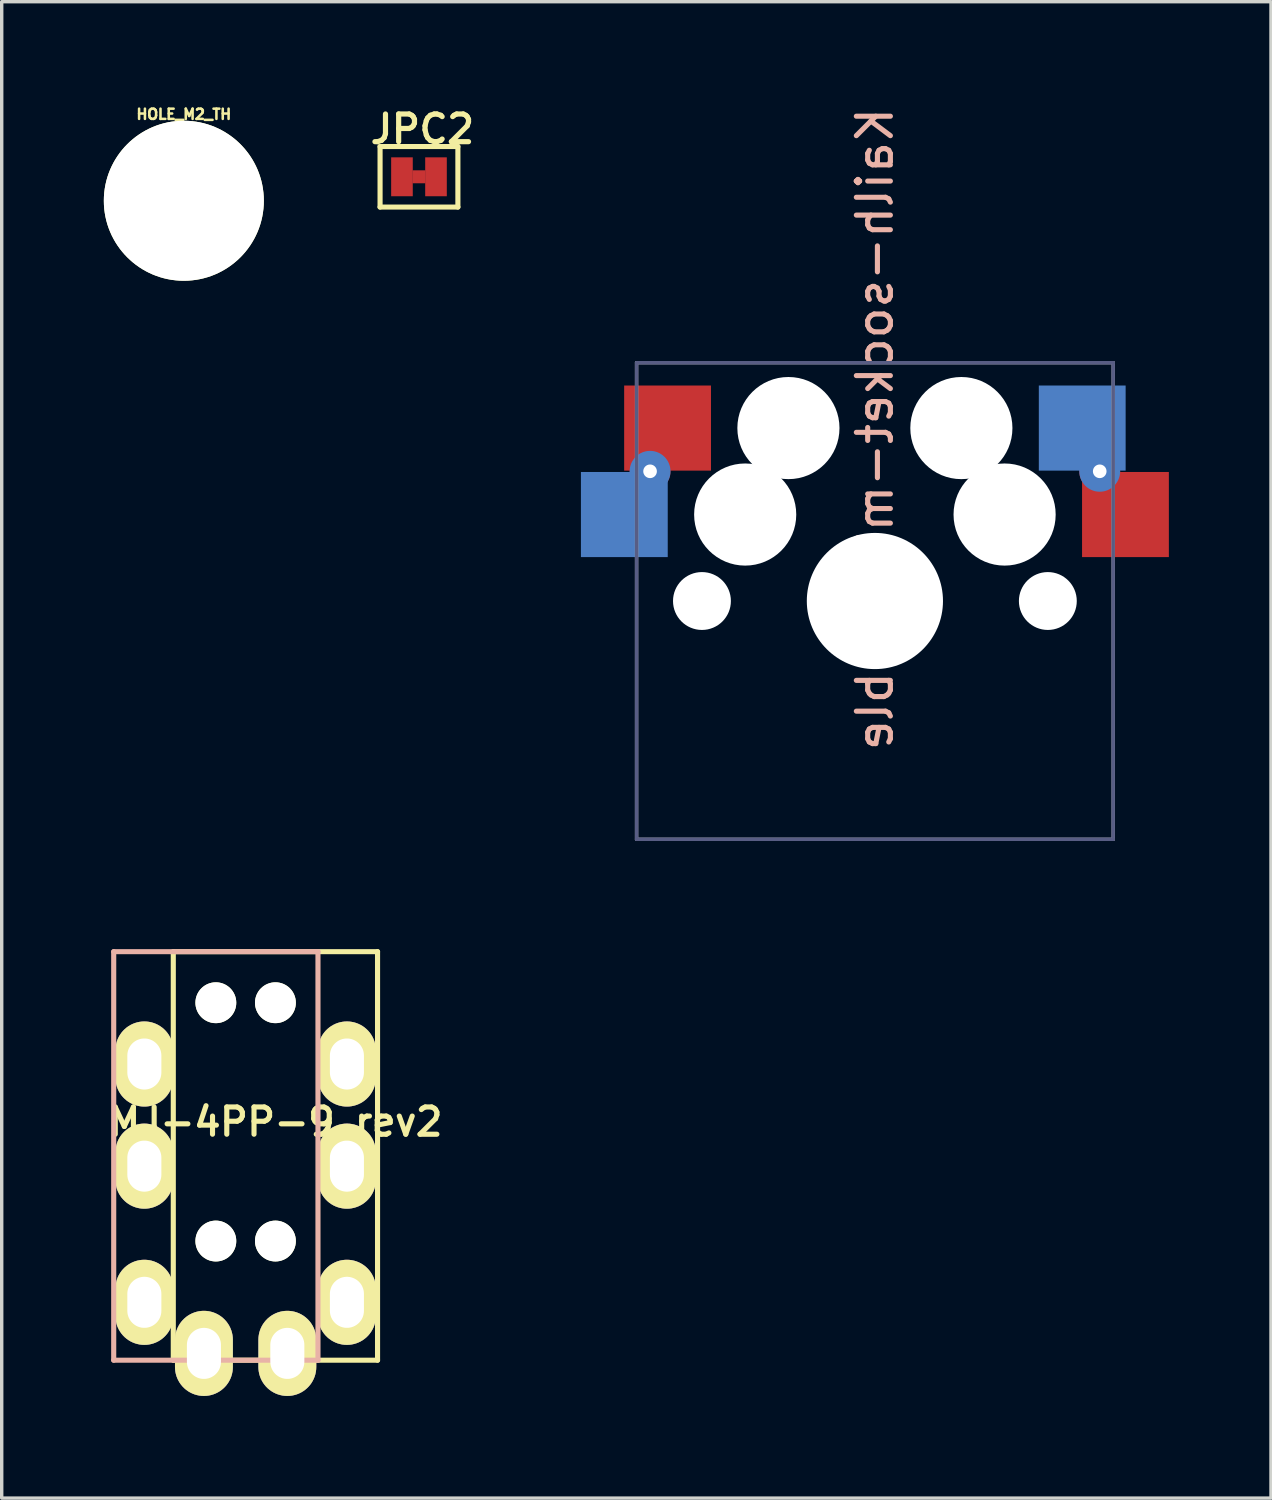
<source format=kicad_pcb>
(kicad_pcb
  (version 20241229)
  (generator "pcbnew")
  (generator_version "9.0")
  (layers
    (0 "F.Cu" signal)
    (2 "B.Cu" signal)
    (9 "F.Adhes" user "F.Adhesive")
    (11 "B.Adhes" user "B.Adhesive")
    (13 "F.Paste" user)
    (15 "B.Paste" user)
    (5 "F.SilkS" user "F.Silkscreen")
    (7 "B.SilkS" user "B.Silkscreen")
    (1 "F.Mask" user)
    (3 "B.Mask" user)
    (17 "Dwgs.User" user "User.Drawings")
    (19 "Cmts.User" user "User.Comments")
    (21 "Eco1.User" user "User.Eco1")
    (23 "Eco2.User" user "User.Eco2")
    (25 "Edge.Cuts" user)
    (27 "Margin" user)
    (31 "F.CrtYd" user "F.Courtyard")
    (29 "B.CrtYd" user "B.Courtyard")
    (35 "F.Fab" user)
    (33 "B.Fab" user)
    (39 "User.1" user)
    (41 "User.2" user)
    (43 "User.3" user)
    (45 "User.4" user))
  (footprint "JPC2"
    (layer "F.Cu")
    (at 9.257 2.143)
    (property "Reference" "JPC2" (at 0.1 -1.4 0) (layer "F.SilkS") (effects (font (size 0.813 0.813) (thickness 0.152))))
    (attr smd)
    (fp_line (start -1.143 -0.889) (end 1.143 -0.889) (stroke (width 0.15) (type solid)) (layer "F.SilkS"))
    (fp_line (start -1.143 0.889) (end -1.143 -0.889) (stroke (width 0.15) (type solid)) (layer "F.SilkS"))
    (fp_line (start 1.143 -0.889) (end 1.143 0.889) (stroke (width 0.15) (type solid)) (layer "F.SilkS"))
    (fp_line (start 1.143 0.889) (end -1.143 0.889) (stroke (width 0.15) (type solid)) (layer "F.SilkS"))
    (pad "" smd rect (at 0 0 90) (size 0.381 0.381) (layers "F.Cu" "F.Mask" "F.Paste"))
    (pad "1" smd rect (at -0.5 0) (size 0.635 1.143) (layers "F.Cu" "F.Mask" "F.Paste"))
    (pad "2" smd rect (at 0.5 0) (size 0.635 1.143) (layers "F.Cu" "F.Mask" "F.Paste")))
  (footprint "HOLE_M2_TH"
    (layer "F.Cu")
    (at 2.35 2.847)
    (property "Reference" "HOLE_M2_TH" (at 0 -2.54 0) (layer "F.SilkS") (effects (font (size 0.3 0.3) (thickness 0.076))))
    (attr through_hole)
    (pad "" np_thru_hole circle (at 0 0 90) (size 4.7 4.7) (drill 4.7) (layers "*.Cu" "*.Mask" "F.SilkS")))
  (footprint "MJ-4PP-9_rev2"
    (layer "F.Cu")
    (at 5.04 24.904)
    (property "Reference" "MJ-4PP-9_rev2" (at 0 5 0) (layer "F.SilkS") (effects (font (size 0.8 0.8) (thickness 0.15))))
    (attr through_hole)
    (fp_line (start -3 0) (end 3 0) (stroke (width 0.15) (type solid)) (layer "F.SilkS"))
    (fp_line (start -3 12) (end -3 0) (stroke (width 0.15) (type solid)) (layer "F.SilkS"))
    (fp_line (start 3 0) (end 3 12) (stroke (width 0.15) (type solid)) (layer "F.SilkS"))
    (fp_line (start 3 12) (end -3 12) (stroke (width 0.15) (type solid)) (layer "F.SilkS"))
    (fp_line (start -4.75 0) (end 1.25 0) (stroke (width 0.15) (type solid)) (layer "B.SilkS"))
    (fp_line (start -4.75 12) (end -4.75 0) (stroke (width 0.15) (type solid)) (layer "B.SilkS"))
    (fp_line (start 1.25 0) (end 1.25 12) (stroke (width 0.15) (type solid)) (layer "B.SilkS"))
    (fp_line (start 1.25 12) (end -4.75 12) (stroke (width 0.15) (type solid)) (layer "B.SilkS"))
    (pad "" np_thru_hole circle (at -1.75 1.5) (size 1.2 1.2) (drill 1.2) (layers "*.Cu" "*.Mask" "F.SilkS"))
    (pad "" np_thru_hole circle (at -1.75 8.5) (size 1.2 1.2) (drill 1.2) (layers "*.Cu" "*.Mask" "F.SilkS"))
    (pad "" np_thru_hole circle (at 0 1.5) (size 1.2 1.2) (drill 1.2) (layers "*.Cu" "*.Mask" "F.SilkS"))
    (pad "" np_thru_hole circle (at 0 8.5) (size 1.2 1.2) (drill 1.2) (layers "*.Cu" "*.Mask" "F.SilkS"))
    (pad "A" thru_hole oval (at -2.1 11.8) (size 1.7 2.5) (drill oval 1 1.5) (layers "*.Cu" "*.Mask" "F.SilkS"))
    (pad "A" thru_hole oval (at 0.35 11.8) (size 1.7 2.5) (drill oval 1 1.5) (layers "*.Cu" "*.Mask" "F.SilkS"))
    (pad "B" thru_hole oval (at -3.85 3.3) (size 1.7 2.5) (drill oval 1 1.5) (layers "*.Cu" "*.Mask" "F.SilkS"))
    (pad "B" thru_hole oval (at 2.1 3.3) (size 1.7 2.5) (drill oval 1 1.5) (layers "*.Cu" "*.Mask" "F.SilkS"))
    (pad "C" thru_hole oval (at -3.85 6.3) (size 1.7 2.5) (drill oval 1 1.5) (layers "*.Cu" "*.Mask" "F.SilkS"))
    (pad "C" thru_hole oval (at 2.1 6.3) (size 1.7 2.5) (drill oval 1 1.5) (layers "*.Cu" "*.Mask" "F.SilkS"))
    (pad "D" thru_hole oval (at -3.85 10.3) (size 1.7 2.5) (drill oval 1 1.5) (layers "*.Cu" "*.Mask" "F.SilkS"))
    (pad "D" thru_hole oval (at 2.1 10.3) (size 1.7 2.5) (drill oval 1 1.5) (layers "*.Cu" "*.Mask" "F.SilkS")))
  (footprint "Kailh-socket-mirrorable"
    (layer "F.Cu")
    (at 22.649 14.604)
    (property "Reference" "Kailh-socket-mirrorable" (at 0 -5.05 90) (layer "B.SilkS") (effects (font (size 1 1) (thickness 0.15)) (justify mirror)))
    (attr through_hole)
    (fp_line (start -7 -7) (end -7 7) (stroke (width 0.1) (type solid)) (layer "B.Fab"))
    (fp_line (start 7 -7) (end -7 -7) (stroke (width 0.1) (type solid)) (layer "B.Fab"))
    (fp_line (start 7 -7) (end 7 7) (stroke (width 0.1) (type solid)) (layer "B.Fab"))
    (fp_line (start 7 7) (end -7 7) (stroke (width 0.1) (type solid)) (layer "B.Fab"))
    (fp_line (start -7 -7) (end -7 7) (stroke (width 0.1) (type solid)) (layer "F.Fab"))
    (fp_line (start -7 7) (end 7 7) (stroke (width 0.1) (type solid)) (layer "F.Fab"))
    (fp_line (start 7 -7) (end -7 -7) (stroke (width 0.1) (type solid)) (layer "F.Fab"))
    (fp_line (start 7 7) (end 7 -7) (stroke (width 0.1) (type solid)) (layer "F.Fab"))
    (pad "" np_thru_hole circle (at -5.08 0 180) (size 1.7 1.7) (drill 1.7) (layers "*.Cu" "*.Mask"))
    (pad "" np_thru_hole circle (at -3.81 -2.54) (size 3 3) (drill 3) (layers "*.Cu" "*.Mask"))
    (pad "" np_thru_hole circle (at -2.54 -5.08 180) (size 3 3) (drill 3) (layers "*.Cu" "*.Mask"))
    (pad "" np_thru_hole circle (at 0 0) (size 4 4) (drill 4) (layers "*.Cu" "*.Mask"))
    (pad "" np_thru_hole circle (at 2.54 -5.08) (size 3 3) (drill 3) (layers "*.Cu" "*.Mask"))
    (pad "" np_thru_hole circle (at 3.81 -2.54 180) (size 3 3) (drill 3) (layers "*.Cu" "*.Mask"))
    (pad "" np_thru_hole circle (at 5.08 0) (size 1.7 1.7) (drill 1.7) (layers "*.Cu" "*.Mask"))
    (pad "1" smd rect (at -7.36 -2.54) (size 2.55 2.5) (layers "B.Cu" "B.Mask" "B.Paste"))
    (pad "1" thru_hole circle (at -6.604 -3.81 180) (size 1.2 1.2) (drill 0.4) (layers "*.Cu"))
    (pad "1" smd rect (at -6.09 -5.08 180) (size 2.55 2.5) (layers "F.Cu" "F.Mask" "F.Paste"))
    (pad "2" smd rect (at 6.09 -5.08) (size 2.55 2.5) (layers "B.Cu" "B.Mask" "B.Paste"))
    (pad "2" thru_hole circle (at 6.604 -3.81 180) (size 1.2 1.2) (drill 0.4) (layers "*.Cu"))
    (pad "2" smd rect (at 7.36 -2.54 180) (size 2.55 2.5) (layers "F.Cu" "F.Mask" "F.Paste")))
  (gr_rect
    (start -3 -3)
    (end 34.284 40.954)
    (stroke (width 0.1) (type default))
    (fill no)
    (layer "Edge.Cuts")))
</source>
